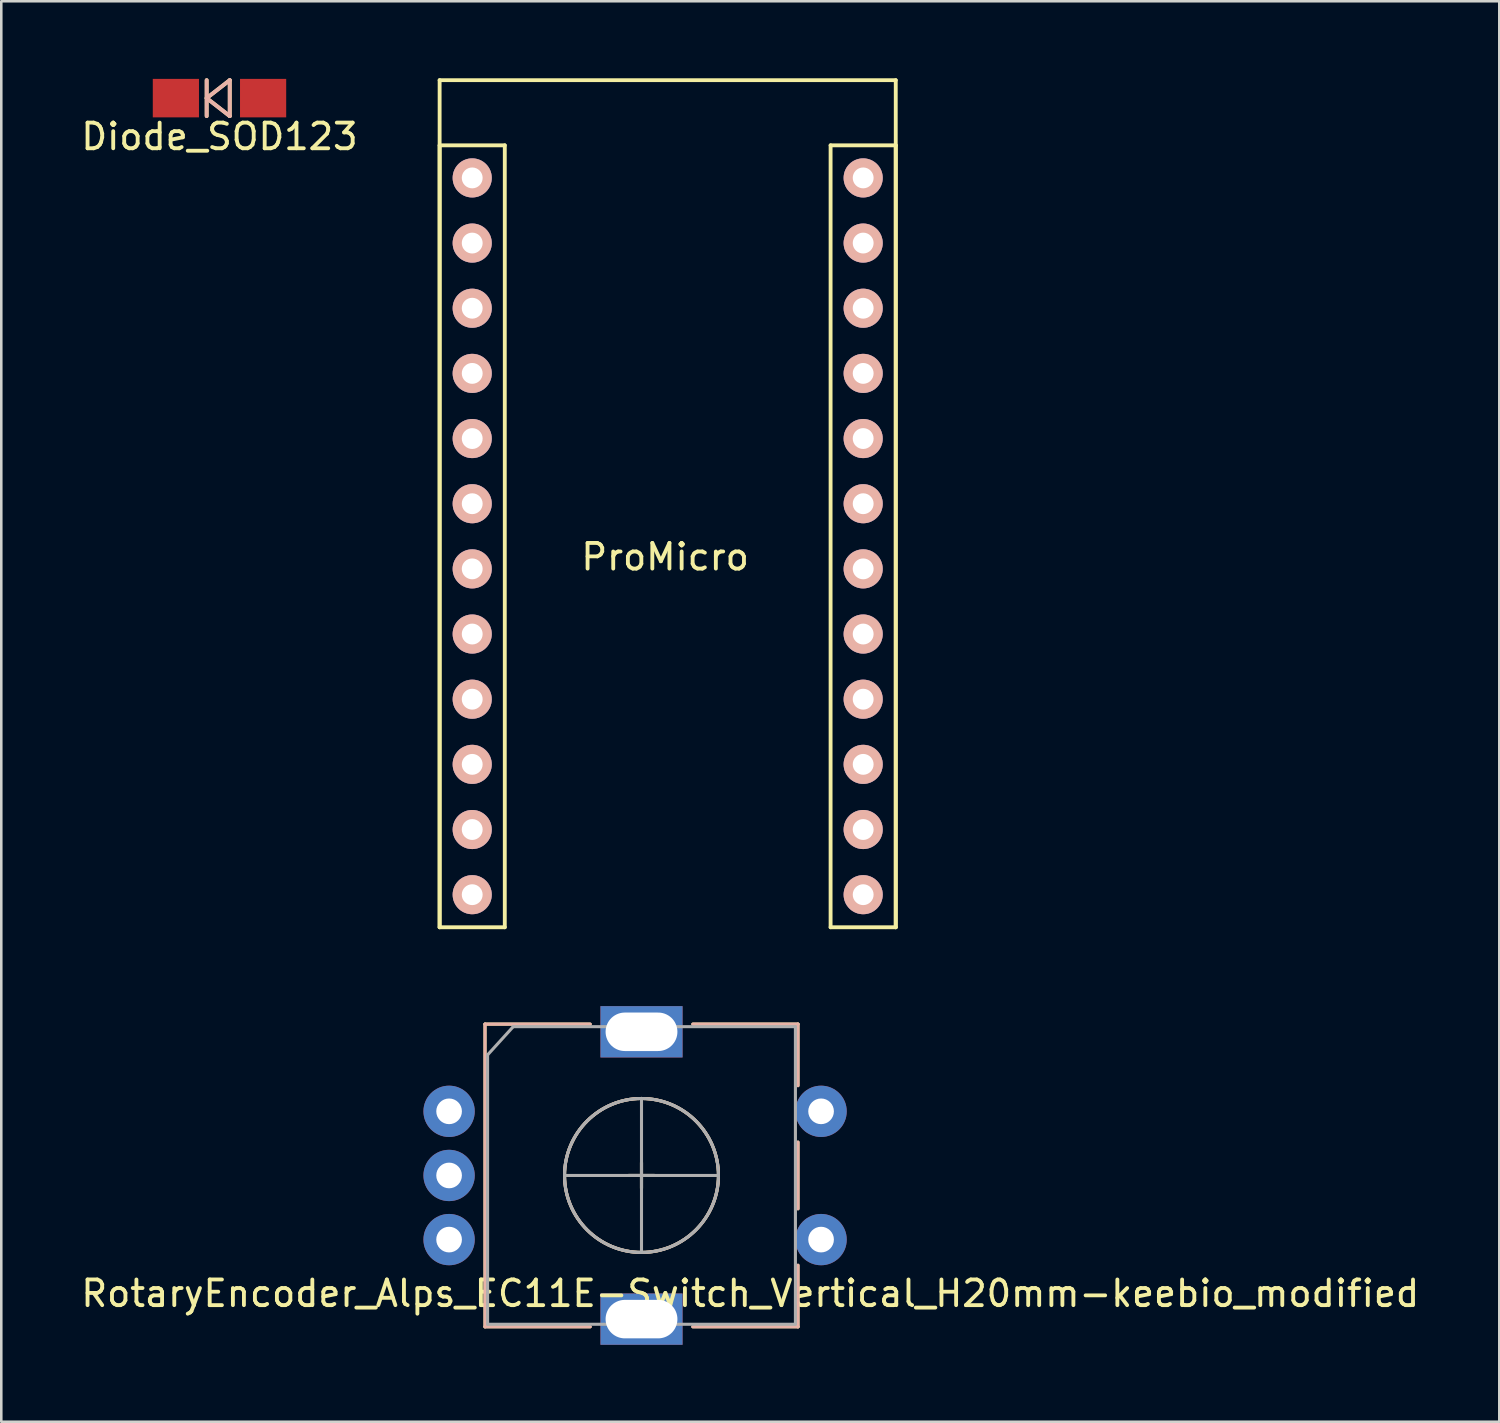
<source format=kicad_pcb>
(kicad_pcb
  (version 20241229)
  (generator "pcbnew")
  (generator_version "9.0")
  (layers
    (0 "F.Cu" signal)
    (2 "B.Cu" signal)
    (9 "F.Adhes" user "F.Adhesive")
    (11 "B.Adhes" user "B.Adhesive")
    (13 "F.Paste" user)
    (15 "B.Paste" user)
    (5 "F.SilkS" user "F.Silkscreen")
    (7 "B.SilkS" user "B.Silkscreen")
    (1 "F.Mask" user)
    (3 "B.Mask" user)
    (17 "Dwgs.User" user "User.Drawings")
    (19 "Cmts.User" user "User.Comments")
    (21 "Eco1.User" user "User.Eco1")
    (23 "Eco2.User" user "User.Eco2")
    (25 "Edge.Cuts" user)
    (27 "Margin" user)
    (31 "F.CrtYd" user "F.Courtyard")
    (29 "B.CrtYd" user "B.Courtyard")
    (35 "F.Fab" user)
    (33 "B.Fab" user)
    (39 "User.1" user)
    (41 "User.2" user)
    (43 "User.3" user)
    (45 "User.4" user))
  (footprint "Diode_SOD123"
    (placed yes)
    (layer "F.Cu")
    (at 5.506 0.775)
    (property "Reference" "Diode_SOD123" (at 0 1.5 0) (layer "F.SilkS") (effects (font (size 1 1) (thickness 0.15))))
    (attr through_hole)
    (fp_line (start -0.5 -0.7) (end -0.5 0.7) (stroke (width 0.15) (type solid)) (layer "F.SilkS"))
    (fp_line (start -0.5 0) (end 0.4 -0.7) (stroke (width 0.15) (type solid)) (layer "F.SilkS"))
    (fp_line (start 0.4 -0.7) (end 0.4 0.7) (stroke (width 0.15) (type solid)) (layer "F.SilkS"))
    (fp_line (start 0.4 0.7) (end -0.5 0) (stroke (width 0.15) (type solid)) (layer "F.SilkS"))
    (fp_line (start -0.5 -0.7) (end -0.5 0.7) (stroke (width 0.15) (type solid)) (layer "B.SilkS"))
    (fp_line (start -0.5 0) (end 0.4 -0.7) (stroke (width 0.15) (type solid)) (layer "B.SilkS"))
    (fp_line (start 0.4 -0.7) (end 0.4 0.7) (stroke (width 0.15) (type solid)) (layer "B.SilkS"))
    (fp_line (start 0.4 0.7) (end -0.5 0) (stroke (width 0.15) (type solid)) (layer "B.SilkS"))
    (pad "1" smd rect (at -1.7 0) (size 1.8 1.5) (layers "F.Cu" "F.Mask" "F.Paste"))
    (pad "2" smd rect (at 1.7 0) (size 1.8 1.5) (layers "F.Cu" "F.Mask" "F.Paste")))
  (footprint "ProMicro"
    (layer "F.Cu")
    (at 22.878 17.459)
    (property "Reference" "ProMicro" (at 0 1.2 0) (layer "F.SilkS") (effects (font (size 1 1) (thickness 0.15))))
    (attr through_hole)
    (fp_line (start -8.791 -17.384) (end -8.791 15.636) (stroke (width 0.15) (type solid)) (layer "F.SilkS"))
    (fp_line (start -8.791 -14.844) (end -8.791 15.636) (stroke (width 0.15) (type solid)) (layer "F.SilkS"))
    (fp_line (start -8.791 15.636) (end -6.251 15.636) (stroke (width 0.15) (type solid)) (layer "F.SilkS"))
    (fp_line (start -6.251 -14.844) (end -8.791 -14.844) (stroke (width 0.15) (type solid)) (layer "F.SilkS"))
    (fp_line (start -6.251 15.636) (end -6.251 -14.844) (stroke (width 0.15) (type solid)) (layer "F.SilkS"))
    (fp_line (start 6.449 -14.844) (end 6.449 15.636) (stroke (width 0.15) (type solid)) (layer "F.SilkS"))
    (fp_line (start 6.449 15.636) (end 8.989 15.636) (stroke (width 0.15) (type solid)) (layer "F.SilkS"))
    (fp_line (start 8.989 -17.384) (end -8.791 -17.384) (stroke (width 0.15) (type solid)) (layer "F.SilkS"))
    (fp_line (start 8.989 -14.844) (end 6.449 -14.844) (stroke (width 0.15) (type solid)) (layer "F.SilkS"))
    (fp_line (start 8.989 15.636) (end 8.989 -17.384) (stroke (width 0.15) (type solid)) (layer "F.SilkS"))
    (fp_line (start 8.989 15.636) (end 8.989 -14.844) (stroke (width 0.15) (type solid)) (layer "F.SilkS"))
    (pad "1" thru_hole circle (at 7.719 -13.574 180) (size 1.524 1.524) (drill 0.813) (layers "*.Cu" "*.Mask" "B.SilkS"))
    (pad "2" thru_hole circle (at 7.719 -11.034 180) (size 1.524 1.524) (drill 0.813) (layers "*.Cu" "*.Mask" "B.SilkS"))
    (pad "3" thru_hole circle (at 7.719 -8.494 180) (size 1.524 1.524) (drill 0.813) (layers "*.Cu" "*.Mask" "B.SilkS"))
    (pad "4" thru_hole circle (at 7.719 -5.954 180) (size 1.524 1.524) (drill 0.813) (layers "*.Cu" "*.Mask" "B.SilkS"))
    (pad "5" thru_hole circle (at 7.719 -3.414 180) (size 1.524 1.524) (drill 0.813) (layers "*.Cu" "*.Mask" "B.SilkS"))
    (pad "6" thru_hole circle (at 7.719 -0.874 180) (size 1.524 1.524) (drill 0.813) (layers "*.Cu" "*.Mask" "B.SilkS"))
    (pad "7" thru_hole circle (at 7.719 1.666 180) (size 1.524 1.524) (drill 0.813) (layers "*.Cu" "*.Mask" "B.SilkS"))
    (pad "8" thru_hole circle (at 7.719 4.206 180) (size 1.524 1.524) (drill 0.813) (layers "*.Cu" "*.Mask" "B.SilkS"))
    (pad "9" thru_hole circle (at 7.719 6.746 180) (size 1.524 1.524) (drill 0.813) (layers "*.Cu" "*.Mask" "B.SilkS"))
    (pad "10" thru_hole circle (at 7.719 9.286 180) (size 1.524 1.524) (drill 0.813) (layers "*.Cu" "*.Mask" "B.SilkS"))
    (pad "11" thru_hole circle (at 7.719 11.826 180) (size 1.524 1.524) (drill 0.813) (layers "*.Cu" "*.Mask" "B.SilkS"))
    (pad "12" thru_hole circle (at 7.719 14.366 180) (size 1.524 1.524) (drill 0.813) (layers "*.Cu" "*.Mask" "B.SilkS"))
    (pad "13" thru_hole circle (at -7.521 14.366 180) (size 1.524 1.524) (drill 0.813) (layers "*.Cu" "*.Mask" "B.SilkS"))
    (pad "14" thru_hole circle (at -7.521 11.826 180) (size 1.524 1.524) (drill 0.813) (layers "*.Cu" "*.Mask" "B.SilkS"))
    (pad "15" thru_hole circle (at -7.521 9.286 180) (size 1.524 1.524) (drill 0.813) (layers "*.Cu" "*.Mask" "B.SilkS"))
    (pad "16" thru_hole circle (at -7.521 6.746 180) (size 1.524 1.524) (drill 0.813) (layers "*.Cu" "*.Mask" "B.SilkS"))
    (pad "17" thru_hole circle (at -7.521 4.206 180) (size 1.524 1.524) (drill 0.813) (layers "*.Cu" "*.Mask" "B.SilkS"))
    (pad "18" thru_hole circle (at -7.521 1.666 180) (size 1.524 1.524) (drill 0.813) (layers "*.Cu" "*.Mask" "B.SilkS"))
    (pad "19" thru_hole circle (at -7.521 -0.874 180) (size 1.524 1.524) (drill 0.813) (layers "*.Cu" "*.Mask" "B.SilkS"))
    (pad "20" thru_hole circle (at -7.521 -3.414 180) (size 1.524 1.524) (drill 0.813) (layers "*.Cu" "*.Mask" "B.SilkS"))
    (pad "21" thru_hole circle (at -7.521 -5.954 180) (size 1.524 1.524) (drill 0.813) (layers "*.Cu" "*.Mask" "B.SilkS"))
    (pad "22" thru_hole circle (at -7.521 -8.494 180) (size 1.524 1.524) (drill 0.813) (layers "*.Cu" "*.Mask" "B.SilkS"))
    (pad "23" thru_hole circle (at -7.521 -11.034 180) (size 1.524 1.524) (drill 0.813) (layers "*.Cu" "*.Mask" "B.SilkS"))
    (pad "24" thru_hole circle (at -7.521 -13.574 180) (size 1.524 1.524) (drill 0.813) (layers "*.Cu" "*.Mask" "B.SilkS")))
  (footprint "RotaryEncoder_Alps_EC11E-Switch_Vertical_H20mm-keebio_modified"
    (layer "F.Cu")
    (at 21.956 42.77)
    (property "Reference" "RotaryEncoder_Alps_EC11E-Switch_Vertical_H20mm-keebio_modified" (at 4.24 4.6 0) (layer "F.SilkS") (effects (font (size 1 1) (thickness 0.15))))
    (attr through_hole)
    (fp_line (start -6.1 -5.9) (end -6.1 5.9) (stroke (width 0.12) (type solid)) (layer "F.SilkS"))
    (fp_line (start -2 -5.9) (end -6.1 -5.9) (stroke (width 0.12) (type solid)) (layer "F.SilkS"))
    (fp_line (start -2 5.9) (end -6.1 5.9) (stroke (width 0.12) (type solid)) (layer "F.SilkS"))
    (fp_line (start -0.5 0) (end 0.5 0) (stroke (width 0.12) (type solid)) (layer "F.SilkS"))
    (fp_line (start 0 -0.5) (end 0 0.5) (stroke (width 0.12) (type solid)) (layer "F.SilkS"))
    (fp_line (start 2 -5.9) (end 6.1 -5.9) (stroke (width 0.12) (type solid)) (layer "F.SilkS"))
    (fp_line (start 6.1 -5.9) (end 6.1 -3.5) (stroke (width 0.12) (type solid)) (layer "F.SilkS"))
    (fp_line (start 6.1 -1.3) (end 6.1 1.3) (stroke (width 0.12) (type solid)) (layer "F.SilkS"))
    (fp_line (start 6.1 3.5) (end 6.1 5.9) (stroke (width 0.12) (type solid)) (layer "F.SilkS"))
    (fp_line (start 6.1 5.9) (end 2 5.9) (stroke (width 0.12) (type solid)) (layer "F.SilkS"))
    (fp_circle (center 0 0) (end 3 0) (stroke (width 0.12) (type solid)) (fill no) (layer "F.SilkS"))
    (fp_line (start -6.1 -5.9) (end -6.1 5.9) (stroke (width 0.12) (type solid)) (layer "B.SilkS"))
    (fp_line (start -2 -5.9) (end -6.1 -5.9) (stroke (width 0.12) (type solid)) (layer "B.SilkS"))
    (fp_line (start -2 5.9) (end -6.1 5.9) (stroke (width 0.12) (type solid)) (layer "B.SilkS"))
    (fp_line (start -0.5 0) (end 0.5 0) (stroke (width 0.12) (type solid)) (layer "B.SilkS"))
    (fp_line (start 0 -0.5) (end 0 0.5) (stroke (width 0.12) (type solid)) (layer "B.SilkS"))
    (fp_line (start 2 -5.9) (end 6.1 -5.9) (stroke (width 0.12) (type solid)) (layer "B.SilkS"))
    (fp_line (start 6.1 -5.9) (end 6.1 -3.5) (stroke (width 0.12) (type solid)) (layer "B.SilkS"))
    (fp_line (start 6.1 -1.3) (end 6.1 1.3) (stroke (width 0.12) (type solid)) (layer "B.SilkS"))
    (fp_line (start 6.1 3.5) (end 6.1 5.9) (stroke (width 0.12) (type solid)) (layer "B.SilkS"))
    (fp_line (start 6.1 5.9) (end 2 5.9) (stroke (width 0.12) (type solid)) (layer "B.SilkS"))
    (fp_circle (center 0 0) (end 3 0) (stroke (width 0.12) (type solid)) (fill no) (layer "B.SilkS"))
    (fp_line (start -6 -4.7) (end -5 -5.8) (stroke (width 0.12) (type solid)) (layer "F.Fab"))
    (fp_line (start -6 5.8) (end -6 -4.7) (stroke (width 0.12) (type solid)) (layer "F.Fab"))
    (fp_line (start -5 -5.8) (end 6 -5.8) (stroke (width 0.12) (type solid)) (layer "F.Fab"))
    (fp_line (start -3 0) (end 3 0) (stroke (width 0.12) (type solid)) (layer "F.Fab"))
    (fp_line (start 0 -3) (end 0 3) (stroke (width 0.12) (type solid)) (layer "F.Fab"))
    (fp_line (start 6 -5.8) (end 6 5.8) (stroke (width 0.12) (type solid)) (layer "F.Fab"))
    (fp_line (start 6 5.8) (end -6 5.8) (stroke (width 0.12) (type solid)) (layer "F.Fab"))
    (fp_circle (center 0 0) (end 3 0) (stroke (width 0.12) (type solid)) (fill no) (layer "F.Fab"))
    (pad "A" thru_hole circle (at -7.5 -2.5) (size 2 2) (drill 1) (layers "*.Cu" "*.Mask"))
    (pad "B" thru_hole circle (at -7.5 2.5) (size 2 2) (drill 1) (layers "*.Cu" "*.Mask"))
    (pad "C" thru_hole circle (at -7.5 0) (size 2 2) (drill 1) (layers "*.Cu" "*.Mask"))
    (pad "MP" thru_hole rect (at 0 -5.6) (size 3.2 2) (drill oval 2.8 1.5) (layers "*.Cu" "*.Mask"))
    (pad "MP" thru_hole rect (at 0 5.6) (size 3.2 2) (drill oval 2.8 1.5) (layers "*.Cu" "*.Mask"))
    (pad "S1" thru_hole circle (at 7 2.5) (size 2 2) (drill 1) (layers "*.Cu" "*.Mask"))
    (pad "S2" thru_hole circle (at 7 -2.5) (size 2 2) (drill 1) (layers "*.Cu" "*.Mask")))
  (gr_rect
    (start -3 -3)
    (end 55.393 52.37)
    (stroke (width 0.1) (type default))
    (fill no)
    (layer "Edge.Cuts")))
</source>
